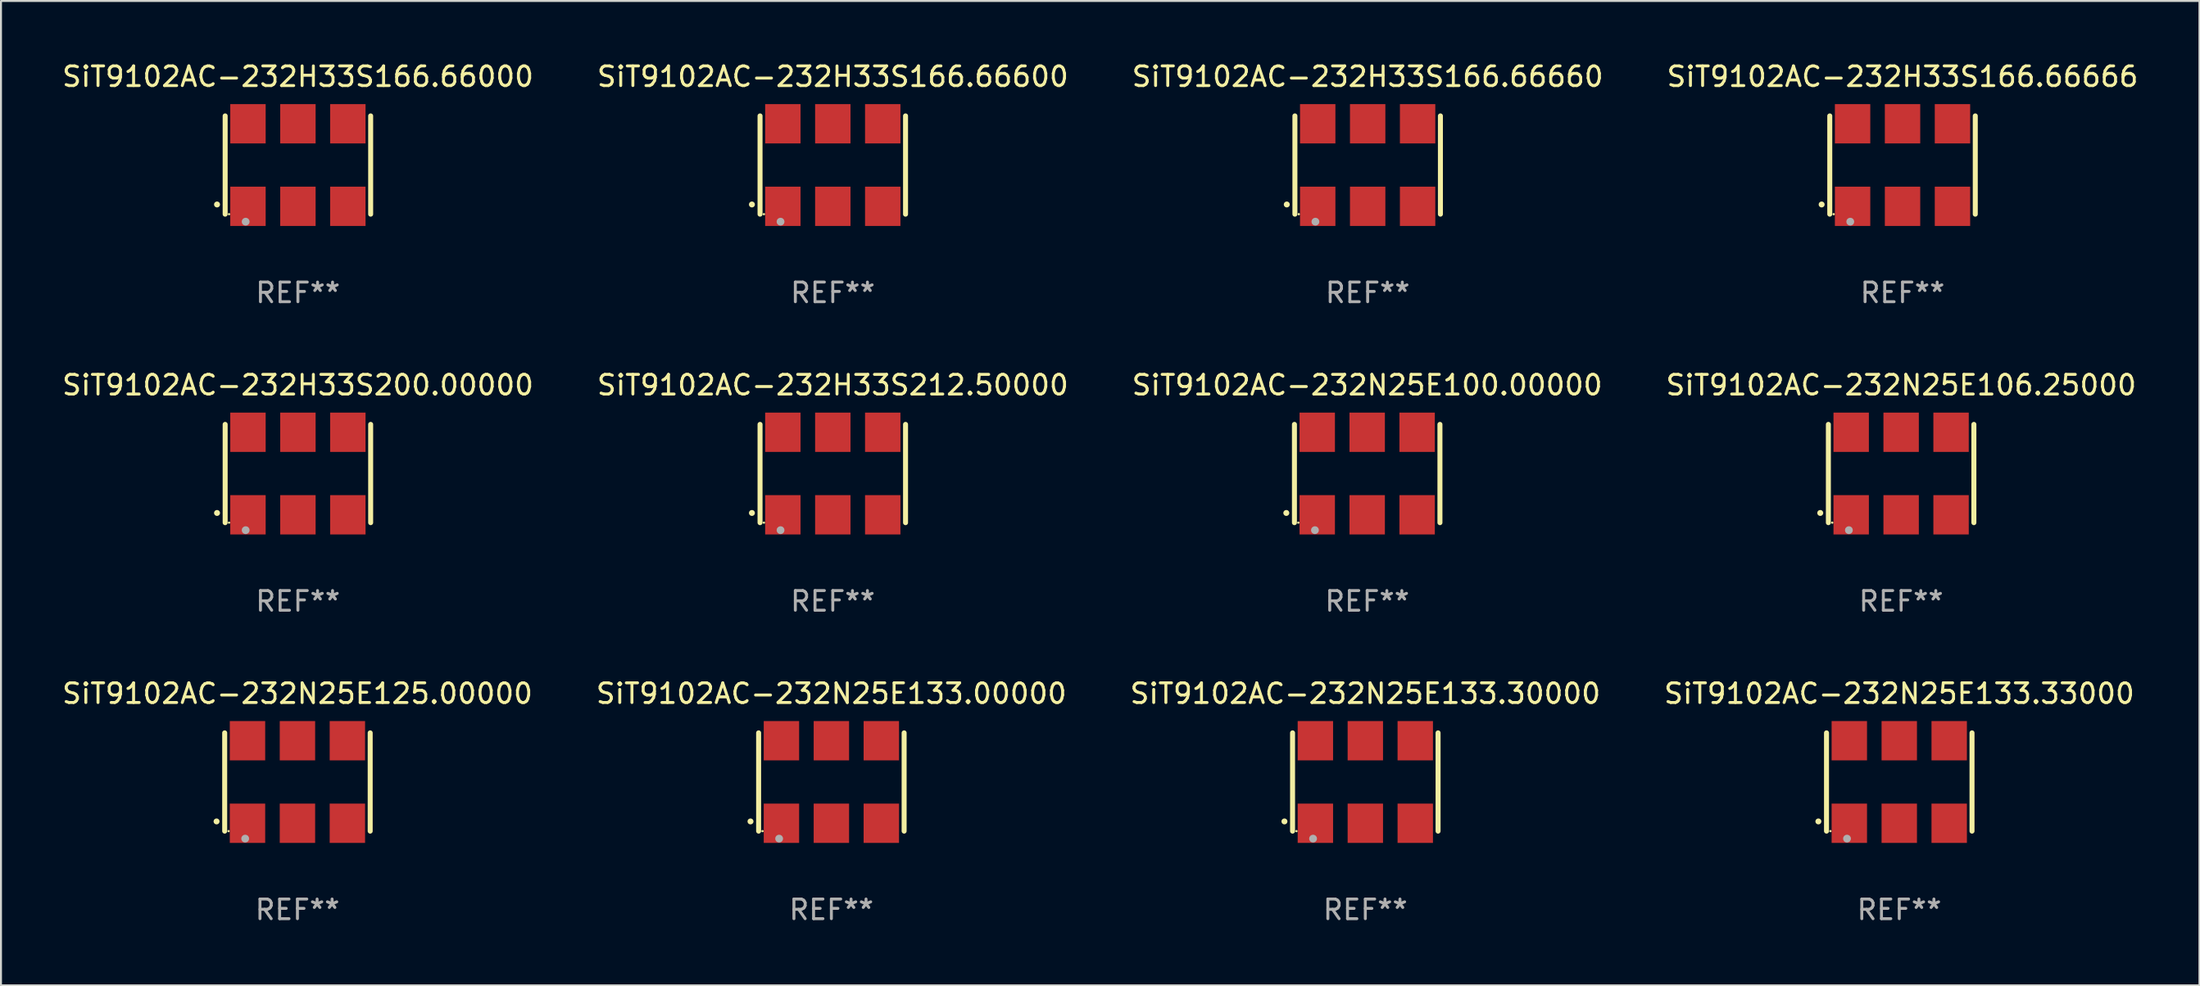
<source format=kicad_pcb>
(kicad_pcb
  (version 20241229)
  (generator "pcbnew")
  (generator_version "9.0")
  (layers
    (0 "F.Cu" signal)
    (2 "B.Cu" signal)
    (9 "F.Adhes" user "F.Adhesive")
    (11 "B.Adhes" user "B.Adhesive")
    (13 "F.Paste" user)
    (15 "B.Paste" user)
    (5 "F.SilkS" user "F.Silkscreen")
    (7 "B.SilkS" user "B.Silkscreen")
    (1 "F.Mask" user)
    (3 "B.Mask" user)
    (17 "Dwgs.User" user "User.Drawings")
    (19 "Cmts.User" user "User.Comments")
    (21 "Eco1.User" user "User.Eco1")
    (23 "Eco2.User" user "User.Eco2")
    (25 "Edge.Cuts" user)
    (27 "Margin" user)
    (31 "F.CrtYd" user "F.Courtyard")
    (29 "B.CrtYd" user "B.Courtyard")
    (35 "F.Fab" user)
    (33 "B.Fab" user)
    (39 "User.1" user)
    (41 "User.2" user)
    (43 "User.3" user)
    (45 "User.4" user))
  (footprint "SiT9102AC-232H33S166.66000"
    (layer "F.Cu")
    (at 12.101 5.348)
    (property "Reference" "SiT9102AC-232H33S166.66000" (at 0 -4.5 0) (layer "F.SilkS") (effects (font (size 1 1) (thickness 0.15))))
    (attr through_hole)
    (fp_line (start -3.7 -2.5) (end -3.7 2.5) (stroke (width 0.254) (type solid)) (layer "F.SilkS"))
    (fp_line (start 3.7 -2.5) (end 3.7 2.5) (stroke (width 0.254) (type solid)) (layer "F.SilkS"))
    (fp_arc (start -4.114415 2.006604) (mid -4.113145 2.006599) (end -4.111875 2.006604) (stroke (width 0.3) (type solid)) (layer "F.SilkS"))
    (fp_circle (center -3.502 2.5) (end -3.472 2.5) (stroke (width 0.06) (type solid)) (fill no) (layer "F.SilkS"))
    (fp_circle (center -2.657 2.882) (end -2.557 2.882) (stroke (width 0.2) (type solid)) (fill no) (layer "F.Fab"))
    (fp_text user "REF**" (at 0 6.5 0) (layer "F.Fab") (effects (font (size 1 1) (thickness 0.15))))
    (pad "1" smd rect (at -2.54 2.1) (size 1.8 2) (layers "F.Cu" "F.Mask" "F.Paste"))
    (pad "2" smd rect (at 0.000394 2.1) (size 1.8 2) (layers "F.Cu" "F.Mask" "F.Paste"))
    (pad "3" smd rect (at 2.54 2.1) (size 1.8 2) (layers "F.Cu" "F.Mask" "F.Paste"))
    (pad "4" smd rect (at 2.54 -2.1) (size 1.8 2) (layers "F.Cu" "F.Mask" "F.Paste"))
    (pad "5" smd rect (at 0.000394 -2.1) (size 1.8 2) (layers "F.Cu" "F.Mask" "F.Paste"))
    (pad "6" smd rect (at -2.54 -2.1) (size 1.8 2) (layers "F.Cu" "F.Mask" "F.Paste")))
  (footprint "SiT9102AC-232N25E125.00000"
    (layer "F.Cu")
    (at 12.077 36.741)
    (property "Reference" "SiT9102AC-232N25E125.00000" (at 0 -4.5 0) (layer "F.SilkS") (effects (font (size 1 1) (thickness 0.15))))
    (attr through_hole)
    (fp_line (start -3.7 -2.5) (end -3.7 2.5) (stroke (width 0.254) (type solid)) (layer "F.SilkS"))
    (fp_line (start 3.7 -2.5) (end 3.7 2.5) (stroke (width 0.254) (type solid)) (layer "F.SilkS"))
    (fp_arc (start -4.114415 2.006604) (mid -4.113145 2.006599) (end -4.111875 2.006604) (stroke (width 0.3) (type solid)) (layer "F.SilkS"))
    (fp_circle (center -3.502 2.5) (end -3.472 2.5) (stroke (width 0.06) (type solid)) (fill no) (layer "F.SilkS"))
    (fp_circle (center -2.657 2.882) (end -2.557 2.882) (stroke (width 0.2) (type solid)) (fill no) (layer "F.Fab"))
    (fp_text user "REF**" (at 0 6.5 0) (layer "F.Fab") (effects (font (size 1 1) (thickness 0.15))))
    (pad "1" smd rect (at -2.54 2.1) (size 1.8 2) (layers "F.Cu" "F.Mask" "F.Paste"))
    (pad "2" smd rect (at 0.000394 2.1) (size 1.8 2) (layers "F.Cu" "F.Mask" "F.Paste"))
    (pad "3" smd rect (at 2.54 2.1) (size 1.8 2) (layers "F.Cu" "F.Mask" "F.Paste"))
    (pad "4" smd rect (at 2.54 -2.1) (size 1.8 2) (layers "F.Cu" "F.Mask" "F.Paste"))
    (pad "5" smd rect (at 0.000394 -2.1) (size 1.8 2) (layers "F.Cu" "F.Mask" "F.Paste"))
    (pad "6" smd rect (at -2.54 -2.1) (size 1.8 2) (layers "F.Cu" "F.Mask" "F.Paste")))
  (footprint "SiT9102AC-232H33S200.00000"
    (layer "F.Cu")
    (at 12.101 21.045)
    (property "Reference" "SiT9102AC-232H33S200.00000" (at 0 -4.5 0) (layer "F.SilkS") (effects (font (size 1 1) (thickness 0.15))))
    (attr through_hole)
    (fp_line (start -3.7 -2.5) (end -3.7 2.5) (stroke (width 0.254) (type solid)) (layer "F.SilkS"))
    (fp_line (start 3.7 -2.5) (end 3.7 2.5) (stroke (width 0.254) (type solid)) (layer "F.SilkS"))
    (fp_arc (start -4.114415 2.006604) (mid -4.113145 2.006599) (end -4.111875 2.006604) (stroke (width 0.3) (type solid)) (layer "F.SilkS"))
    (fp_circle (center -3.502 2.5) (end -3.472 2.5) (stroke (width 0.06) (type solid)) (fill no) (layer "F.SilkS"))
    (fp_circle (center -2.657 2.882) (end -2.557 2.882) (stroke (width 0.2) (type solid)) (fill no) (layer "F.Fab"))
    (fp_text user "REF**" (at 0 6.5 0) (layer "F.Fab") (effects (font (size 1 1) (thickness 0.15))))
    (pad "1" smd rect (at -2.54 2.1) (size 1.8 2) (layers "F.Cu" "F.Mask" "F.Paste"))
    (pad "2" smd rect (at 0.000394 2.1) (size 1.8 2) (layers "F.Cu" "F.Mask" "F.Paste"))
    (pad "3" smd rect (at 2.54 2.1) (size 1.8 2) (layers "F.Cu" "F.Mask" "F.Paste"))
    (pad "4" smd rect (at 2.54 -2.1) (size 1.8 2) (layers "F.Cu" "F.Mask" "F.Paste"))
    (pad "5" smd rect (at 0.000394 -2.1) (size 1.8 2) (layers "F.Cu" "F.Mask" "F.Paste"))
    (pad "6" smd rect (at -2.54 -2.1) (size 1.8 2) (layers "F.Cu" "F.Mask" "F.Paste")))
  (footprint "SiT9102AC-232H33S166.66666"
    (layer "F.Cu")
    (at 93.708 5.348)
    (property "Reference" "SiT9102AC-232H33S166.66666" (at 0 -4.5 0) (layer "F.SilkS") (effects (font (size 1 1) (thickness 0.15))))
    (attr through_hole)
    (fp_line (start -3.7 -2.5) (end -3.7 2.5) (stroke (width 0.254) (type solid)) (layer "F.SilkS"))
    (fp_line (start 3.7 -2.5) (end 3.7 2.5) (stroke (width 0.254) (type solid)) (layer "F.SilkS"))
    (fp_arc (start -4.114415 2.006604) (mid -4.113145 2.006599) (end -4.111875 2.006604) (stroke (width 0.3) (type solid)) (layer "F.SilkS"))
    (fp_circle (center -3.502 2.5) (end -3.472 2.5) (stroke (width 0.06) (type solid)) (fill no) (layer "F.SilkS"))
    (fp_circle (center -2.657 2.882) (end -2.557 2.882) (stroke (width 0.2) (type solid)) (fill no) (layer "F.Fab"))
    (fp_text user "REF**" (at 0 6.5 0) (layer "F.Fab") (effects (font (size 1 1) (thickness 0.15))))
    (pad "1" smd rect (at -2.54 2.1) (size 1.8 2) (layers "F.Cu" "F.Mask" "F.Paste"))
    (pad "2" smd rect (at 0.000394 2.1) (size 1.8 2) (layers "F.Cu" "F.Mask" "F.Paste"))
    (pad "3" smd rect (at 2.54 2.1) (size 1.8 2) (layers "F.Cu" "F.Mask" "F.Paste"))
    (pad "4" smd rect (at 2.54 -2.1) (size 1.8 2) (layers "F.Cu" "F.Mask" "F.Paste"))
    (pad "5" smd rect (at 0.000394 -2.1) (size 1.8 2) (layers "F.Cu" "F.Mask" "F.Paste"))
    (pad "6" smd rect (at -2.54 -2.1) (size 1.8 2) (layers "F.Cu" "F.Mask" "F.Paste")))
  (footprint "SiT9102AC-232N25E133.30000"
    (layer "F.Cu")
    (at 66.387 36.741)
    (property "Reference" "SiT9102AC-232N25E133.30000" (at 0 -4.5 0) (layer "F.SilkS") (effects (font (size 1 1) (thickness 0.15))))
    (attr through_hole)
    (fp_line (start -3.7 -2.5) (end -3.7 2.5) (stroke (width 0.254) (type solid)) (layer "F.SilkS"))
    (fp_line (start 3.7 -2.5) (end 3.7 2.5) (stroke (width 0.254) (type solid)) (layer "F.SilkS"))
    (fp_arc (start -4.114415 2.006604) (mid -4.113145 2.006599) (end -4.111875 2.006604) (stroke (width 0.3) (type solid)) (layer "F.SilkS"))
    (fp_circle (center -3.502 2.5) (end -3.472 2.5) (stroke (width 0.06) (type solid)) (fill no) (layer "F.SilkS"))
    (fp_circle (center -2.657 2.882) (end -2.557 2.882) (stroke (width 0.2) (type solid)) (fill no) (layer "F.Fab"))
    (fp_text user "REF**" (at 0 6.5 0) (layer "F.Fab") (effects (font (size 1 1) (thickness 0.15))))
    (pad "1" smd rect (at -2.54 2.1) (size 1.8 2) (layers "F.Cu" "F.Mask" "F.Paste"))
    (pad "2" smd rect (at 0.000394 2.1) (size 1.8 2) (layers "F.Cu" "F.Mask" "F.Paste"))
    (pad "3" smd rect (at 2.54 2.1) (size 1.8 2) (layers "F.Cu" "F.Mask" "F.Paste"))
    (pad "4" smd rect (at 2.54 -2.1) (size 1.8 2) (layers "F.Cu" "F.Mask" "F.Paste"))
    (pad "5" smd rect (at 0.000394 -2.1) (size 1.8 2) (layers "F.Cu" "F.Mask" "F.Paste"))
    (pad "6" smd rect (at -2.54 -2.1) (size 1.8 2) (layers "F.Cu" "F.Mask" "F.Paste")))
  (footprint "SiT9102AC-232N25E133.33000"
    (layer "F.Cu")
    (at 93.542 36.741)
    (property "Reference" "SiT9102AC-232N25E133.33000" (at 0 -4.5 0) (layer "F.SilkS") (effects (font (size 1 1) (thickness 0.15))))
    (attr through_hole)
    (fp_line (start -3.7 -2.5) (end -3.7 2.5) (stroke (width 0.254) (type solid)) (layer "F.SilkS"))
    (fp_line (start 3.7 -2.5) (end 3.7 2.5) (stroke (width 0.254) (type solid)) (layer "F.SilkS"))
    (fp_arc (start -4.114415 2.006604) (mid -4.113145 2.006599) (end -4.111875 2.006604) (stroke (width 0.3) (type solid)) (layer "F.SilkS"))
    (fp_circle (center -3.502 2.5) (end -3.472 2.5) (stroke (width 0.06) (type solid)) (fill no) (layer "F.SilkS"))
    (fp_circle (center -2.657 2.882) (end -2.557 2.882) (stroke (width 0.2) (type solid)) (fill no) (layer "F.Fab"))
    (fp_text user "REF**" (at 0 6.5 0) (layer "F.Fab") (effects (font (size 1 1) (thickness 0.15))))
    (pad "1" smd rect (at -2.54 2.1) (size 1.8 2) (layers "F.Cu" "F.Mask" "F.Paste"))
    (pad "2" smd rect (at 0.000394 2.1) (size 1.8 2) (layers "F.Cu" "F.Mask" "F.Paste"))
    (pad "3" smd rect (at 2.54 2.1) (size 1.8 2) (layers "F.Cu" "F.Mask" "F.Paste"))
    (pad "4" smd rect (at 2.54 -2.1) (size 1.8 2) (layers "F.Cu" "F.Mask" "F.Paste"))
    (pad "5" smd rect (at 0.000394 -2.1) (size 1.8 2) (layers "F.Cu" "F.Mask" "F.Paste"))
    (pad "6" smd rect (at -2.54 -2.1) (size 1.8 2) (layers "F.Cu" "F.Mask" "F.Paste")))
  (footprint "SiT9102AC-232N25E133.00000"
    (layer "F.Cu")
    (at 39.232 36.741)
    (property "Reference" "SiT9102AC-232N25E133.00000" (at 0 -4.5 0) (layer "F.SilkS") (effects (font (size 1 1) (thickness 0.15))))
    (attr through_hole)
    (fp_line (start -3.7 -2.5) (end -3.7 2.5) (stroke (width 0.254) (type solid)) (layer "F.SilkS"))
    (fp_line (start 3.7 -2.5) (end 3.7 2.5) (stroke (width 0.254) (type solid)) (layer "F.SilkS"))
    (fp_arc (start -4.114415 2.006604) (mid -4.113145 2.006599) (end -4.111875 2.006604) (stroke (width 0.3) (type solid)) (layer "F.SilkS"))
    (fp_circle (center -3.502 2.5) (end -3.472 2.5) (stroke (width 0.06) (type solid)) (fill no) (layer "F.SilkS"))
    (fp_circle (center -2.657 2.882) (end -2.557 2.882) (stroke (width 0.2) (type solid)) (fill no) (layer "F.Fab"))
    (fp_text user "REF**" (at 0 6.5 0) (layer "F.Fab") (effects (font (size 1 1) (thickness 0.15))))
    (pad "1" smd rect (at -2.54 2.1) (size 1.8 2) (layers "F.Cu" "F.Mask" "F.Paste"))
    (pad "2" smd rect (at 0.000394 2.1) (size 1.8 2) (layers "F.Cu" "F.Mask" "F.Paste"))
    (pad "3" smd rect (at 2.54 2.1) (size 1.8 2) (layers "F.Cu" "F.Mask" "F.Paste"))
    (pad "4" smd rect (at 2.54 -2.1) (size 1.8 2) (layers "F.Cu" "F.Mask" "F.Paste"))
    (pad "5" smd rect (at 0.000394 -2.1) (size 1.8 2) (layers "F.Cu" "F.Mask" "F.Paste"))
    (pad "6" smd rect (at -2.54 -2.1) (size 1.8 2) (layers "F.Cu" "F.Mask" "F.Paste")))
  (footprint "SiT9102AC-232H33S212.50000"
    (layer "F.Cu")
    (at 39.304 21.045)
    (property "Reference" "SiT9102AC-232H33S212.50000" (at 0 -4.5 0) (layer "F.SilkS") (effects (font (size 1 1) (thickness 0.15))))
    (attr through_hole)
    (fp_line (start -3.7 -2.5) (end -3.7 2.5) (stroke (width 0.254) (type solid)) (layer "F.SilkS"))
    (fp_line (start 3.7 -2.5) (end 3.7 2.5) (stroke (width 0.254) (type solid)) (layer "F.SilkS"))
    (fp_arc (start -4.114415 2.006604) (mid -4.113145 2.006599) (end -4.111875 2.006604) (stroke (width 0.3) (type solid)) (layer "F.SilkS"))
    (fp_circle (center -3.502 2.5) (end -3.472 2.5) (stroke (width 0.06) (type solid)) (fill no) (layer "F.SilkS"))
    (fp_circle (center -2.657 2.882) (end -2.557 2.882) (stroke (width 0.2) (type solid)) (fill no) (layer "F.Fab"))
    (fp_text user "REF**" (at 0 6.5 0) (layer "F.Fab") (effects (font (size 1 1) (thickness 0.15))))
    (pad "1" smd rect (at -2.54 2.1) (size 1.8 2) (layers "F.Cu" "F.Mask" "F.Paste"))
    (pad "2" smd rect (at 0.000394 2.1) (size 1.8 2) (layers "F.Cu" "F.Mask" "F.Paste"))
    (pad "3" smd rect (at 2.54 2.1) (size 1.8 2) (layers "F.Cu" "F.Mask" "F.Paste"))
    (pad "4" smd rect (at 2.54 -2.1) (size 1.8 2) (layers "F.Cu" "F.Mask" "F.Paste"))
    (pad "5" smd rect (at 0.000394 -2.1) (size 1.8 2) (layers "F.Cu" "F.Mask" "F.Paste"))
    (pad "6" smd rect (at -2.54 -2.1) (size 1.8 2) (layers "F.Cu" "F.Mask" "F.Paste")))
  (footprint "SiT9102AC-232H33S166.66600"
    (layer "F.Cu")
    (at 39.304 5.348)
    (property "Reference" "SiT9102AC-232H33S166.66600" (at 0 -4.5 0) (layer "F.SilkS") (effects (font (size 1 1) (thickness 0.15))))
    (attr through_hole)
    (fp_line (start -3.7 -2.5) (end -3.7 2.5) (stroke (width 0.254) (type solid)) (layer "F.SilkS"))
    (fp_line (start 3.7 -2.5) (end 3.7 2.5) (stroke (width 0.254) (type solid)) (layer "F.SilkS"))
    (fp_arc (start -4.114415 2.006604) (mid -4.113145 2.006599) (end -4.111875 2.006604) (stroke (width 0.3) (type solid)) (layer "F.SilkS"))
    (fp_circle (center -3.502 2.5) (end -3.472 2.5) (stroke (width 0.06) (type solid)) (fill no) (layer "F.SilkS"))
    (fp_circle (center -2.657 2.882) (end -2.557 2.882) (stroke (width 0.2) (type solid)) (fill no) (layer "F.Fab"))
    (fp_text user "REF**" (at 0 6.5 0) (layer "F.Fab") (effects (font (size 1 1) (thickness 0.15))))
    (pad "1" smd rect (at -2.54 2.1) (size 1.8 2) (layers "F.Cu" "F.Mask" "F.Paste"))
    (pad "2" smd rect (at 0.000394 2.1) (size 1.8 2) (layers "F.Cu" "F.Mask" "F.Paste"))
    (pad "3" smd rect (at 2.54 2.1) (size 1.8 2) (layers "F.Cu" "F.Mask" "F.Paste"))
    (pad "4" smd rect (at 2.54 -2.1) (size 1.8 2) (layers "F.Cu" "F.Mask" "F.Paste"))
    (pad "5" smd rect (at 0.000394 -2.1) (size 1.8 2) (layers "F.Cu" "F.Mask" "F.Paste"))
    (pad "6" smd rect (at -2.54 -2.1) (size 1.8 2) (layers "F.Cu" "F.Mask" "F.Paste")))
  (footprint "SiT9102AC-232N25E106.25000"
    (layer "F.Cu")
    (at 93.637 21.045)
    (property "Reference" "SiT9102AC-232N25E106.25000" (at 0 -4.5 0) (layer "F.SilkS") (effects (font (size 1 1) (thickness 0.15))))
    (attr through_hole)
    (fp_line (start -3.7 -2.5) (end -3.7 2.5) (stroke (width 0.254) (type solid)) (layer "F.SilkS"))
    (fp_line (start 3.7 -2.5) (end 3.7 2.5) (stroke (width 0.254) (type solid)) (layer "F.SilkS"))
    (fp_arc (start -4.114415 2.006604) (mid -4.113145 2.006599) (end -4.111875 2.006604) (stroke (width 0.3) (type solid)) (layer "F.SilkS"))
    (fp_circle (center -3.502 2.5) (end -3.472 2.5) (stroke (width 0.06) (type solid)) (fill no) (layer "F.SilkS"))
    (fp_circle (center -2.657 2.882) (end -2.557 2.882) (stroke (width 0.2) (type solid)) (fill no) (layer "F.Fab"))
    (fp_text user "REF**" (at 0 6.5 0) (layer "F.Fab") (effects (font (size 1 1) (thickness 0.15))))
    (pad "1" smd rect (at -2.54 2.1) (size 1.8 2) (layers "F.Cu" "F.Mask" "F.Paste"))
    (pad "2" smd rect (at 0.000394 2.1) (size 1.8 2) (layers "F.Cu" "F.Mask" "F.Paste"))
    (pad "3" smd rect (at 2.54 2.1) (size 1.8 2) (layers "F.Cu" "F.Mask" "F.Paste"))
    (pad "4" smd rect (at 2.54 -2.1) (size 1.8 2) (layers "F.Cu" "F.Mask" "F.Paste"))
    (pad "5" smd rect (at 0.000394 -2.1) (size 1.8 2) (layers "F.Cu" "F.Mask" "F.Paste"))
    (pad "6" smd rect (at -2.54 -2.1) (size 1.8 2) (layers "F.Cu" "F.Mask" "F.Paste")))
  (footprint "SiT9102AC-232N25E100.00000"
    (layer "F.Cu")
    (at 66.482 21.045)
    (property "Reference" "SiT9102AC-232N25E100.00000" (at 0 -4.5 0) (layer "F.SilkS") (effects (font (size 1 1) (thickness 0.15))))
    (attr through_hole)
    (fp_line (start -3.7 -2.5) (end -3.7 2.5) (stroke (width 0.254) (type solid)) (layer "F.SilkS"))
    (fp_line (start 3.7 -2.5) (end 3.7 2.5) (stroke (width 0.254) (type solid)) (layer "F.SilkS"))
    (fp_arc (start -4.114415 2.006604) (mid -4.113145 2.006599) (end -4.111875 2.006604) (stroke (width 0.3) (type solid)) (layer "F.SilkS"))
    (fp_circle (center -3.502 2.5) (end -3.472 2.5) (stroke (width 0.06) (type solid)) (fill no) (layer "F.SilkS"))
    (fp_circle (center -2.657 2.882) (end -2.557 2.882) (stroke (width 0.2) (type solid)) (fill no) (layer "F.Fab"))
    (fp_text user "REF**" (at 0 6.5 0) (layer "F.Fab") (effects (font (size 1 1) (thickness 0.15))))
    (pad "1" smd rect (at -2.54 2.1) (size 1.8 2) (layers "F.Cu" "F.Mask" "F.Paste"))
    (pad "2" smd rect (at 0.000394 2.1) (size 1.8 2) (layers "F.Cu" "F.Mask" "F.Paste"))
    (pad "3" smd rect (at 2.54 2.1) (size 1.8 2) (layers "F.Cu" "F.Mask" "F.Paste"))
    (pad "4" smd rect (at 2.54 -2.1) (size 1.8 2) (layers "F.Cu" "F.Mask" "F.Paste"))
    (pad "5" smd rect (at 0.000394 -2.1) (size 1.8 2) (layers "F.Cu" "F.Mask" "F.Paste"))
    (pad "6" smd rect (at -2.54 -2.1) (size 1.8 2) (layers "F.Cu" "F.Mask" "F.Paste")))
  (footprint "SiT9102AC-232H33S166.66660"
    (layer "F.Cu")
    (at 66.506 5.348)
    (property "Reference" "SiT9102AC-232H33S166.66660" (at 0 -4.5 0) (layer "F.SilkS") (effects (font (size 1 1) (thickness 0.15))))
    (attr through_hole)
    (fp_line (start -3.7 -2.5) (end -3.7 2.5) (stroke (width 0.254) (type solid)) (layer "F.SilkS"))
    (fp_line (start 3.7 -2.5) (end 3.7 2.5) (stroke (width 0.254) (type solid)) (layer "F.SilkS"))
    (fp_arc (start -4.114415 2.006604) (mid -4.113145 2.006599) (end -4.111875 2.006604) (stroke (width 0.3) (type solid)) (layer "F.SilkS"))
    (fp_circle (center -3.502 2.5) (end -3.472 2.5) (stroke (width 0.06) (type solid)) (fill no) (layer "F.SilkS"))
    (fp_circle (center -2.657 2.882) (end -2.557 2.882) (stroke (width 0.2) (type solid)) (fill no) (layer "F.Fab"))
    (fp_text user "REF**" (at 0 6.5 0) (layer "F.Fab") (effects (font (size 1 1) (thickness 0.15))))
    (pad "1" smd rect (at -2.54 2.1) (size 1.8 2) (layers "F.Cu" "F.Mask" "F.Paste"))
    (pad "2" smd rect (at 0.000394 2.1) (size 1.8 2) (layers "F.Cu" "F.Mask" "F.Paste"))
    (pad "3" smd rect (at 2.54 2.1) (size 1.8 2) (layers "F.Cu" "F.Mask" "F.Paste"))
    (pad "4" smd rect (at 2.54 -2.1) (size 1.8 2) (layers "F.Cu" "F.Mask" "F.Paste"))
    (pad "5" smd rect (at 0.000394 -2.1) (size 1.8 2) (layers "F.Cu" "F.Mask" "F.Paste"))
    (pad "6" smd rect (at -2.54 -2.1) (size 1.8 2) (layers "F.Cu" "F.Mask" "F.Paste")))
  (gr_rect
    (start -3 -3)
    (end 108.81 47.09)
    (stroke (width 0.1) (type default))
    (fill no)
    (layer "Edge.Cuts")))
</source>
